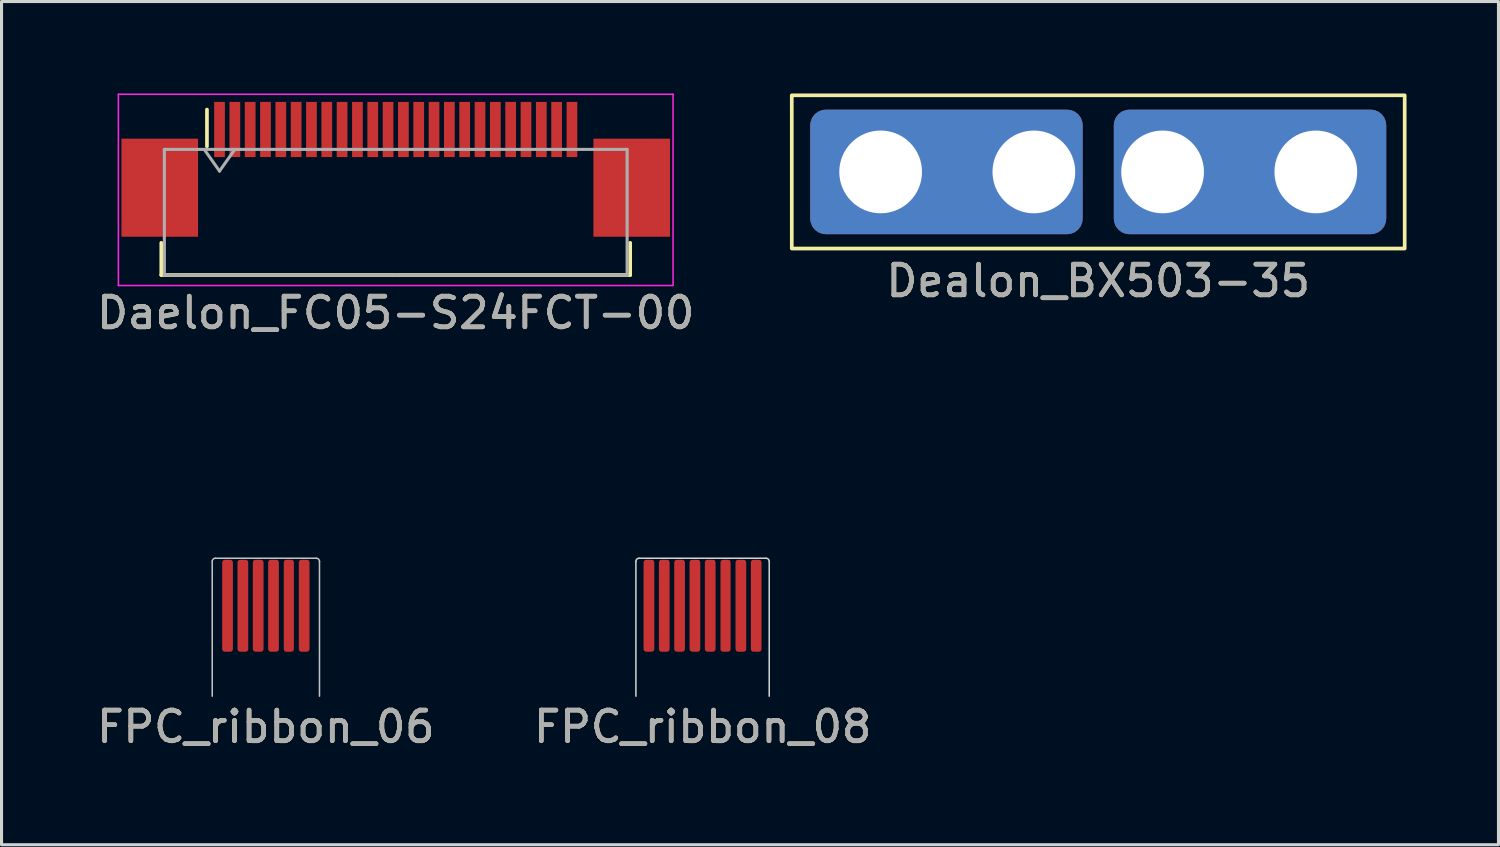
<source format=kicad_pcb>
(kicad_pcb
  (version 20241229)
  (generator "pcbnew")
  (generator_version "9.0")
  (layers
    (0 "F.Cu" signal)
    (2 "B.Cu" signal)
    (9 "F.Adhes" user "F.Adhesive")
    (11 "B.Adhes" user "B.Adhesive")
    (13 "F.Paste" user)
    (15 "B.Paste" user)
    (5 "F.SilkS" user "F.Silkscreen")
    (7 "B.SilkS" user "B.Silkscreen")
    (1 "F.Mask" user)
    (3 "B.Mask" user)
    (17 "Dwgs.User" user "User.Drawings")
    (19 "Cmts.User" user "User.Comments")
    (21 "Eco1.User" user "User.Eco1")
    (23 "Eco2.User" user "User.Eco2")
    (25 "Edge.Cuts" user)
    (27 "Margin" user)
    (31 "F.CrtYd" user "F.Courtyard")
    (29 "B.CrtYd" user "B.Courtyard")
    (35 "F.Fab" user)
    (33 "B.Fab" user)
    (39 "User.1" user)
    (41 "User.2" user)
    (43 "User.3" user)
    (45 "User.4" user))
  (footprint "FPC_ribbon_06"
    (layer "F.Cu")
    (at 5.625 16.416)
    (property "Reference" "FPC_ribbon_06" (at 0 4.25 0) (unlocked yes) (layer "F.SilkS") (effects (font (size 1 1) (thickness 0.15))))
    (attr smd)
    (fp_poly (pts (xy 1.75 1.25) (xy -1.75 1.25) (xy -1.75 -1.25) (xy 1.75 -1.25)) (stroke (width 0) (type solid)) (fill yes) (layer "F.Mask"))
    (fp_line (start -1.75 -1.15) (end -1.75 3.25) (stroke (width 0.05) (type default)) (layer "Dwgs.User"))
    (fp_line (start -1.65 -1.25) (end 1.65 -1.25) (stroke (width 0.05) (type default)) (layer "Dwgs.User"))
    (fp_line (start 1.75 -1.15) (end 1.75 3.25) (stroke (width 0.05) (type default)) (layer "Dwgs.User"))
    (fp_arc (start -1.75 -1.15) (mid -1.720711 -1.220711) (end -1.65 -1.25) (stroke (width 0.05) (type default)) (layer "Dwgs.User"))
    (fp_arc (start 1.65 -1.25) (mid 1.720711 -1.220711) (end 1.75 -1.15) (stroke (width 0.05) (type default)) (layer "Dwgs.User"))
    (fp_poly (pts (xy -1.675 -1.25) (xy -1.75 -1.175) (xy -1.75 3.25) (xy 1.75 3.25) (xy 1.75 -1.175) (xy 1.675 -1.25)) (stroke (width 0.1) (type solid)) (fill no) (layer "User.1"))
    (fp_text user "${REFERENCE}" (at 0 4.25 0) (unlocked yes) (layer "F.Fab") (effects (font (size 1 1) (thickness 0.15))))
    (fp_text user "Polyimide Stiffener" (at 2.575 3.4 90) (unlocked yes) (layer "User.1") (effects (font (size 0.6 0.6) (thickness 0.1)) (justify left bottom)))
    (fp_text user "t_{stack}=0.3mm" (at 3.55 3.4 90) (unlocked yes) (layer "User.1") (effects (font (size 0.6 0.6) (thickness 0.1)) (justify left bottom)))
    (pad "1" smd roundrect (at -1.25 0.3) (size 0.35 3) (layers "F.Cu") (roundrect_rratio 0.25))
    (pad "2" smd roundrect (at -0.75 0.3) (size 0.35 3) (layers "F.Cu") (roundrect_rratio 0.25))
    (pad "3" smd roundrect (at -0.25 0.3) (size 0.35 3) (layers "F.Cu") (roundrect_rratio 0.25))
    (pad "4" smd roundrect (at 0.25 0.3) (size 0.35 3) (layers "F.Cu") (roundrect_rratio 0.25))
    (pad "5" smd roundrect (at 0.75 0.3) (size 0.33 3) (layers "F.Cu") (roundrect_rratio 0.25))
    (pad "6" smd roundrect (at 1.25 0.3) (size 0.35 3) (layers "F.Cu") (roundrect_rratio 0.25)))
  (footprint "Daelon_FC05-S24FCT-00"
    (layer "F.Cu")
    (at 9.863 3.075)
    (property "Reference" "Daelon_FC05-S24FCT-00" (at 0 4.084 0) (unlocked yes) (layer "F.SilkS") (effects (font (size 1 1) (thickness 0.15))))
    (attr smd)
    (fp_line (start -7.65 1.798) (end -7.65 2.85) (stroke (width 0.12) (type solid)) (layer "F.SilkS"))
    (fp_line (start -7.65 2.85) (end 7.65 2.85) (stroke (width 0.12) (type solid)) (layer "F.SilkS"))
    (fp_line (start -6.16 -1.35) (end -6.16 -2.55) (stroke (width 0.12) (type solid)) (layer "F.SilkS"))
    (fp_line (start 7.65 2.85) (end 7.65 1.798) (stroke (width 0.12) (type solid)) (layer "F.SilkS"))
    (fp_line (start -9.05 -3.05) (end -9.05 3.19) (stroke (width 0.05) (type solid)) (layer "F.CrtYd"))
    (fp_line (start -9.05 3.19) (end 9.05 3.19) (stroke (width 0.05) (type solid)) (layer "F.CrtYd"))
    (fp_line (start 9.05 -3.05) (end -9.05 -3.05) (stroke (width 0.05) (type solid)) (layer "F.CrtYd"))
    (fp_line (start 9.05 3.19) (end 9.05 -3.05) (stroke (width 0.05) (type solid)) (layer "F.CrtYd"))
    (fp_line (start -7.55 -1.25) (end -7.55 2.85) (stroke (width 0.1) (type solid)) (layer "F.Fab"))
    (fp_line (start -7.55 2.85) (end 0 2.85) (stroke (width 0.1) (type solid)) (layer "F.Fab"))
    (fp_line (start -6.25 -1.25) (end -5.75 -0.543) (stroke (width 0.1) (type solid)) (layer "F.Fab"))
    (fp_line (start -5.75 -0.543) (end -5.25 -1.25) (stroke (width 0.1) (type solid)) (layer "F.Fab"))
    (fp_line (start 0 -1.25) (end -7.55 -1.25) (stroke (width 0.1) (type solid)) (layer "F.Fab"))
    (fp_line (start 0 -1.25) (end 7.55 -1.25) (stroke (width 0.1) (type solid)) (layer "F.Fab"))
    (fp_line (start 7.55 -1.25) (end 7.55 2.85) (stroke (width 0.1) (type solid)) (layer "F.Fab"))
    (fp_line (start 7.55 2.85) (end 0 2.85) (stroke (width 0.1) (type solid)) (layer "F.Fab"))
    (fp_text user "${REFERENCE}" (at 0 4.084 0) (unlocked yes) (layer "F.Fab") (effects (font (size 1 1) (thickness 0.15))))
    (pad "1" smd rect (at -5.75 -1.9) (size 0.35 1.8) (layers "F.Cu" "F.Mask" "F.Paste"))
    (pad "2" smd rect (at -5.25 -1.9) (size 0.35 1.8) (layers "F.Cu" "F.Mask" "F.Paste"))
    (pad "3" smd rect (at -4.75 -1.9) (size 0.35 1.8) (layers "F.Cu" "F.Mask" "F.Paste"))
    (pad "4" smd rect (at -4.25 -1.9) (size 0.35 1.8) (layers "F.Cu" "F.Mask" "F.Paste"))
    (pad "5" smd rect (at -3.75 -1.9) (size 0.35 1.8) (layers "F.Cu" "F.Mask" "F.Paste"))
    (pad "6" smd rect (at -3.25 -1.9) (size 0.35 1.8) (layers "F.Cu" "F.Mask" "F.Paste"))
    (pad "7" smd rect (at -2.75 -1.9) (size 0.35 1.8) (layers "F.Cu" "F.Mask" "F.Paste"))
    (pad "8" smd rect (at -2.25 -1.9) (size 0.35 1.8) (layers "F.Cu" "F.Mask" "F.Paste"))
    (pad "9" smd rect (at -1.75 -1.9) (size 0.35 1.8) (layers "F.Cu" "F.Mask" "F.Paste"))
    (pad "10" smd rect (at -1.25 -1.9) (size 0.35 1.8) (layers "F.Cu" "F.Mask" "F.Paste"))
    (pad "11" smd rect (at -0.75 -1.9) (size 0.35 1.8) (layers "F.Cu" "F.Mask" "F.Paste"))
    (pad "12" smd rect (at -0.25 -1.9) (size 0.35 1.8) (layers "F.Cu" "F.Mask" "F.Paste"))
    (pad "13" smd rect (at 0.25 -1.9) (size 0.35 1.8) (layers "F.Cu" "F.Mask" "F.Paste"))
    (pad "14" smd rect (at 0.75 -1.9) (size 0.35 1.8) (layers "F.Cu" "F.Mask" "F.Paste"))
    (pad "15" smd rect (at 1.25 -1.9) (size 0.35 1.8) (layers "F.Cu" "F.Mask" "F.Paste"))
    (pad "16" smd rect (at 1.75 -1.9) (size 0.35 1.8) (layers "F.Cu" "F.Mask" "F.Paste"))
    (pad "17" smd rect (at 2.25 -1.9) (size 0.35 1.8) (layers "F.Cu" "F.Mask" "F.Paste"))
    (pad "18" smd rect (at 2.75 -1.9) (size 0.35 1.8) (layers "F.Cu" "F.Mask" "F.Paste"))
    (pad "19" smd rect (at 3.25 -1.9) (size 0.35 1.8) (layers "F.Cu" "F.Mask" "F.Paste"))
    (pad "20" smd rect (at 3.75 -1.9) (size 0.35 1.8) (layers "F.Cu" "F.Mask" "F.Paste"))
    (pad "21" smd rect (at 4.25 -1.9) (size 0.35 1.8) (layers "F.Cu" "F.Mask" "F.Paste"))
    (pad "22" smd rect (at 4.75 -1.9) (size 0.35 1.8) (layers "F.Cu" "F.Mask" "F.Paste"))
    (pad "23" smd rect (at 5.25 -1.9) (size 0.35 1.8) (layers "F.Cu" "F.Mask" "F.Paste"))
    (pad "24" smd rect (at 5.75 -1.9) (size 0.35 1.8) (layers "F.Cu" "F.Mask" "F.Paste"))
    (pad "MP" smd rect (at -7.7 0) (size 2.5 3.2) (layers "F.Cu" "F.Mask" "F.Paste"))
    (pad "MP" smd rect (at 7.7 0) (size 2.5 3.2) (layers "F.Cu" "F.Mask" "F.Paste")))
  (footprint "Dealon_BX503-35"
    (layer "F.Cu")
    (at 32.786 2.56)
    (property "Reference" "Dealon_BX503-35" (at 0 3.556 0) (unlocked yes) (layer "F.SilkS") (effects (font (size 1 1) (thickness 0.15))))
    (attr through_hole)
    (fp_rect (start -10 -2.5) (end 10 2.5) (stroke (width 0.12) (type solid)) (fill no) (layer "F.SilkS"))
    (fp_text user "${REFERENCE}" (at 0 3.556 0) (unlocked yes) (layer "F.Fab") (effects (font (size 1 1) (thickness 0.15))))
    (pad "1" thru_hole roundrect (at -7.366 0) (size 8.89 4.064) (drill 0.762 (offset 2.413 0)) (layers "*.Cu" "*.Mask") (roundrect_rratio 0.125))
    (pad "1" thru_hole circle (at -7.1 0) (size 3 3) (drill 2.7) (layers "*.Cu" "*.Mask"))
    (pad "1" thru_hole circle (at -2.1 0) (size 3 3) (drill 2.7) (layers "*.Cu" "*.Mask"))
    (pad "2" thru_hole circle (at 2.1 0) (size 3 3) (drill 2.7) (layers "*.Cu" "*.Mask"))
    (pad "2" thru_hole circle (at 7.1 0) (size 3 3) (drill 2.7) (layers "*.Cu" "*.Mask"))
    (pad "2" thru_hole roundrect (at 7.366 0) (size 8.89 4.064) (drill 0.762 (offset -2.413 0)) (layers "*.Cu" "*.Mask") (roundrect_rratio 0.125)))
  (footprint "FPC_ribbon_08"
    (layer "F.Cu")
    (at 19.875 16.416)
    (property "Reference" "FPC_ribbon_08" (at 0 4.25 0) (unlocked yes) (layer "F.SilkS") (effects (font (size 1 1) (thickness 0.15))))
    (attr smd)
    (fp_poly (pts (xy 2.175 1.25) (xy -2.175 1.25) (xy -2.175 -1.25) (xy 2.175 -1.25)) (stroke (width 0) (type solid)) (fill yes) (layer "F.Mask"))
    (fp_line (start -2.175 -1.15) (end -2.175 3.25) (stroke (width 0.05) (type default)) (layer "Edge.Cuts"))
    (fp_line (start -2.075 -1.25) (end 2.075 -1.25) (stroke (width 0.05) (type default)) (layer "Edge.Cuts"))
    (fp_line (start 2.175 -1.15) (end 2.175 3.25) (stroke (width 0.05) (type default)) (layer "Edge.Cuts"))
    (fp_arc (start -2.175 -1.15) (mid -2.145711 -1.220711) (end -2.075 -1.25) (stroke (width 0.05) (type default)) (layer "Edge.Cuts"))
    (fp_arc (start 2.075 -1.25) (mid 2.145711 -1.220711) (end 2.175 -1.15) (stroke (width 0.05) (type default)) (layer "Edge.Cuts"))
    (fp_poly (pts (xy -2.1 -1.25) (xy -2.175 -1.175) (xy -2.175 3.25) (xy 2.175 3.25) (xy 2.175 -1.175) (xy 2.1 -1.25)) (stroke (width 0.1) (type solid)) (fill no) (layer "User.1"))
    (fp_text user "${REFERENCE}" (at 0 4.25 0) (unlocked yes) (layer "F.Fab") (effects (font (size 1 1) (thickness 0.15))))
    (fp_text user "Polyimide Stiffener" (at 3.15 3.4 90) (unlocked yes) (layer "User.1") (effects (font (size 0.6 0.6) (thickness 0.1)) (justify left bottom)))
    (fp_text user "t_{stack}=0.3mm" (at 4.125 3.4 90) (unlocked yes) (layer "User.1") (effects (font (size 0.6 0.6) (thickness 0.1)) (justify left bottom)))
    (pad "1" smd roundrect (at -1.75 0.3) (size 0.35 3) (layers "F.Cu") (roundrect_rratio 0.25))
    (pad "2" smd roundrect (at -1.25 0.3) (size 0.35 3) (layers "F.Cu") (roundrect_rratio 0.25))
    (pad "3" smd roundrect (at -0.75 0.3) (size 0.35 3) (layers "F.Cu") (roundrect_rratio 0.25))
    (pad "4" smd roundrect (at -0.25 0.3) (size 0.35 3) (layers "F.Cu") (roundrect_rratio 0.25))
    (pad "5" smd roundrect (at 0.25 0.3) (size 0.35 3) (layers "F.Cu") (roundrect_rratio 0.25))
    (pad "6" smd roundrect (at 0.75 0.3) (size 0.33 3) (layers "F.Cu") (roundrect_rratio 0.25))
    (pad "7" smd roundrect (at 1.25 0.3) (size 0.35 3) (layers "F.Cu") (roundrect_rratio 0.25))
    (pad "8" smd roundrect (at 1.75 0.3) (size 0.35 3) (layers "F.Cu") (roundrect_rratio 0.25)))
  (gr_rect
    (start -3 -3)
    (end 45.846 24.514)
    (stroke (width 0.1) (type default))
    (fill no)
    (layer "Edge.Cuts")))
</source>
